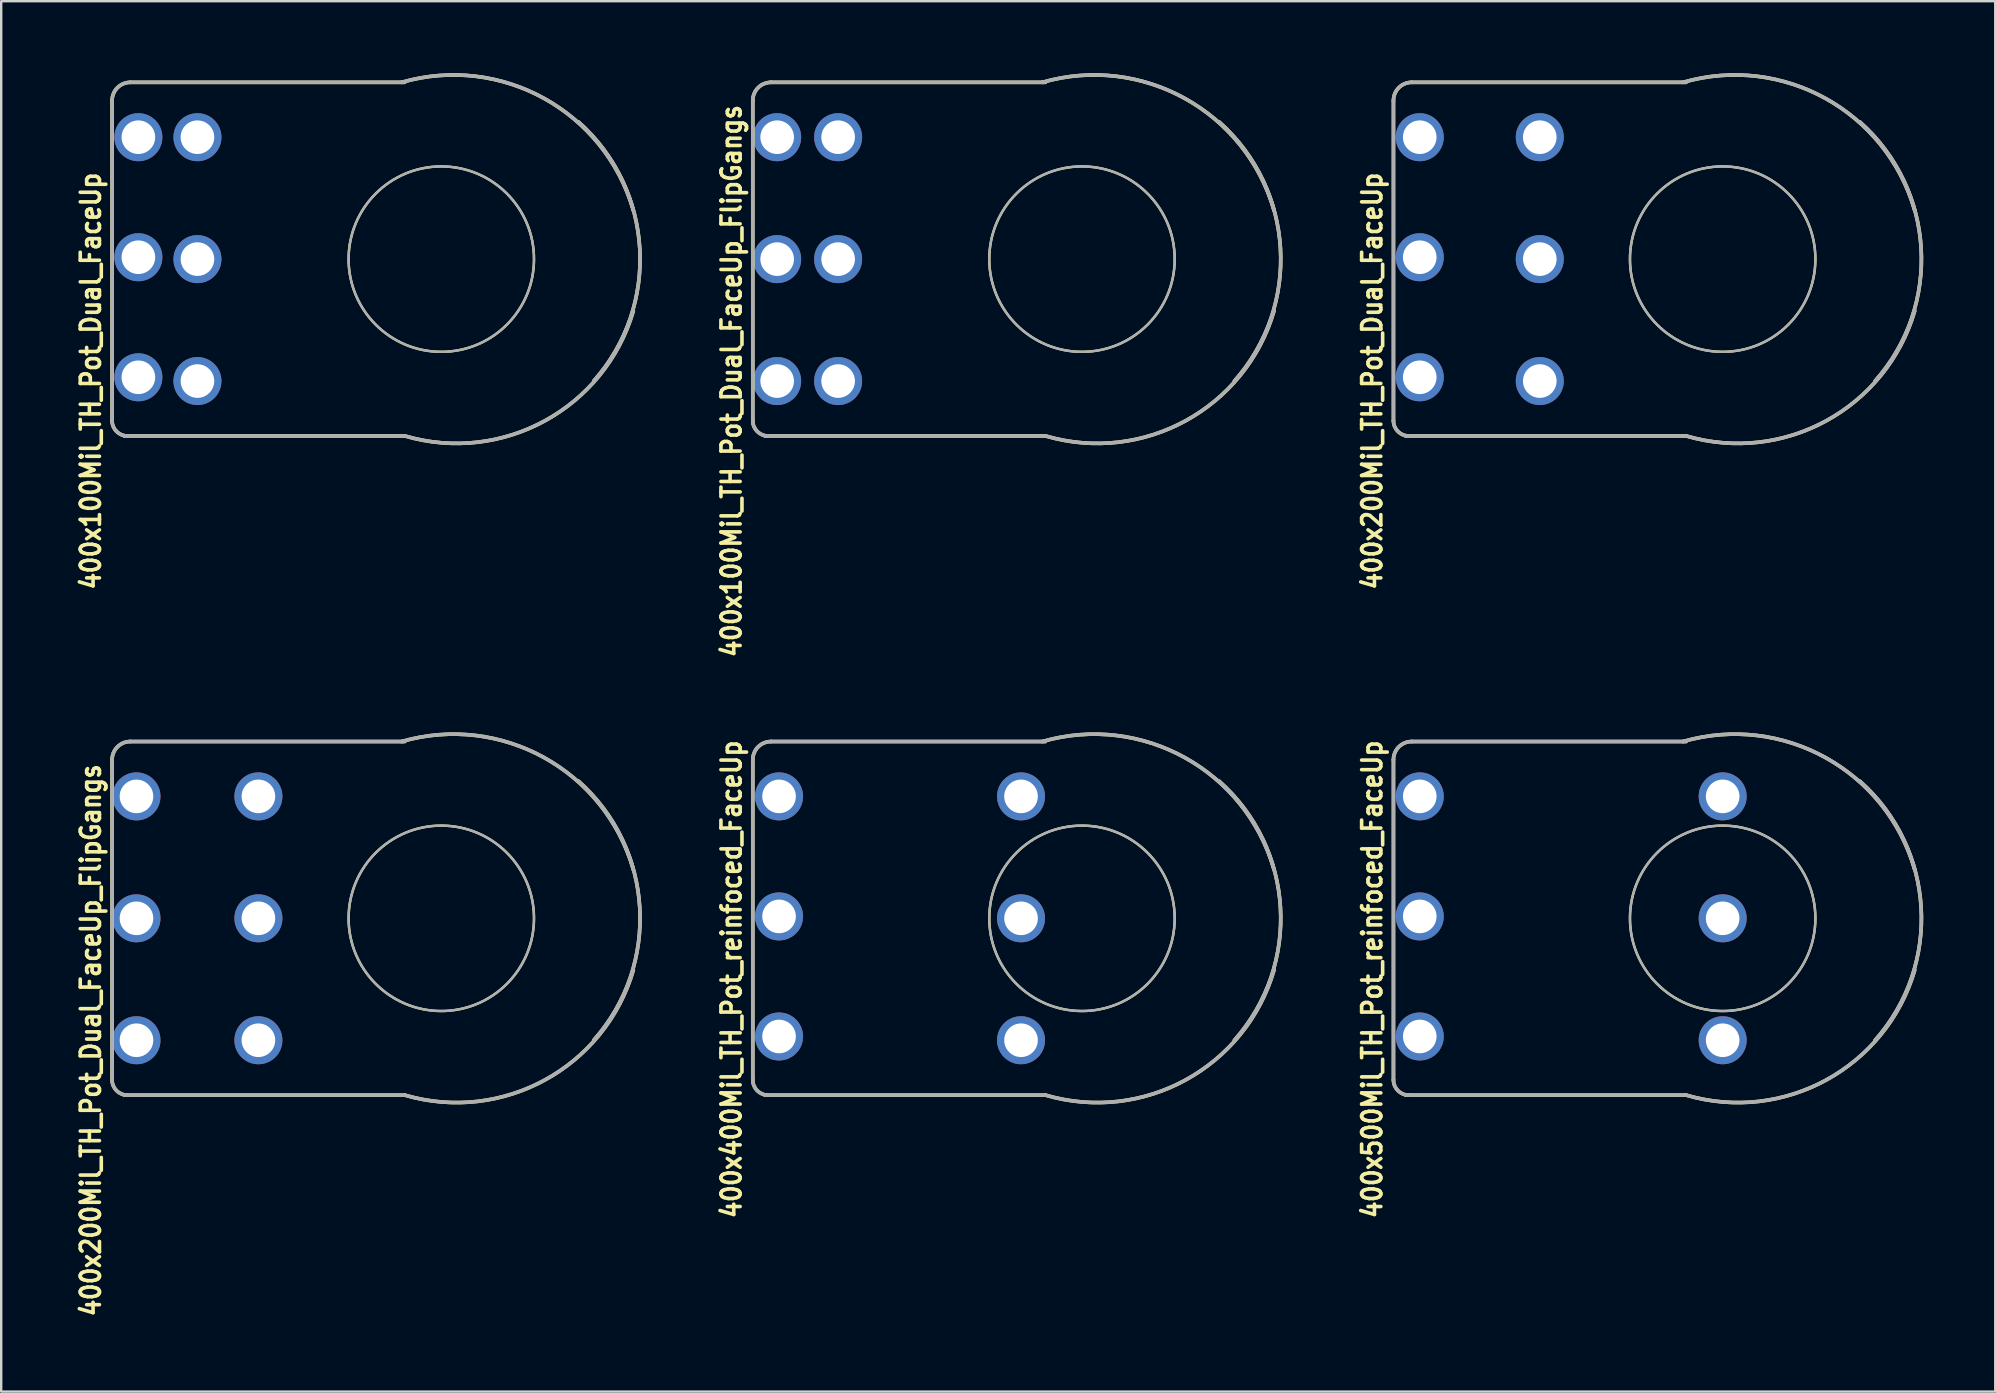
<source format=kicad_pcb>
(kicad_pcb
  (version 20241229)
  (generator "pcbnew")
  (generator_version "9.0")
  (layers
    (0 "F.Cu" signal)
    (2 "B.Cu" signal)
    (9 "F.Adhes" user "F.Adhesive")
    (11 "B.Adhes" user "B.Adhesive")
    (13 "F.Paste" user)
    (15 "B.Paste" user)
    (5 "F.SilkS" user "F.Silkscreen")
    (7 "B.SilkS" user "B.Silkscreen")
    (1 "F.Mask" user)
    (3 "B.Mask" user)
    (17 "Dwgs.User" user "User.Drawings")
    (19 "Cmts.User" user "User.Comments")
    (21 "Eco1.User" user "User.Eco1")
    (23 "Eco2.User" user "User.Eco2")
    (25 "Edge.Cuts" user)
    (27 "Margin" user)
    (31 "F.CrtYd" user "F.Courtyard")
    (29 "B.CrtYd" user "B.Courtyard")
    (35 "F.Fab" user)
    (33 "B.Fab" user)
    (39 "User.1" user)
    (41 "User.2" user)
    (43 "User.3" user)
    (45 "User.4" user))
  (footprint "400x100Mil_TH_Pot_Dual_FaceUp_FlipGangs"
    (layer "F.Cu")
    (at 34.409 7.746)
    (property "Reference" "400x100Mil_TH_Pot_Dual_FaceUp_FlipGangs" (at -6.985 5.08 90) (layer "F.SilkS") (effects (font (size 0.8 0.7) (thickness 0.15))))
    (attr through_hole)
    (fp_line (start -6.096 -6.604) (end -6.096 6.731) (stroke (width 0.15) (type solid)) (layer "F.SilkS"))
    (fp_line (start 6.096 -7.366) (end -5.334 -7.366) (stroke (width 0.15) (type solid)) (layer "F.SilkS"))
    (fp_line (start 6.096 7.366) (end -5.588 7.366) (stroke (width 0.15) (type solid)) (layer "F.SilkS"))
    (fp_arc (start -6.096 -6.604) (mid -5.872815 -7.142815) (end -5.334 -7.366) (stroke (width 0.15) (type solid)) (layer "F.SilkS"))
    (fp_arc (start -5.461 7.366) (mid -5.910013 7.180013) (end -6.096 6.731) (stroke (width 0.15) (type solid)) (layer "F.SilkS"))
    (fp_arc (start 5.969 -7.366) (mid 11.899708 -6.697995) (end 15.621 -2.032) (stroke (width 0.15) (type solid)) (layer "F.SilkS"))
    (fp_arc (start 13.335 -5.715) (mid 15.888218 -0.449013) (end 13.97 5.08) (stroke (width 0.15) (type solid)) (layer "F.SilkS"))
    (fp_arc (start 15.621 2.159) (mid 11.936905 6.735192) (end 6.096 7.366) (stroke (width 0.15) (type solid)) (layer "F.SilkS"))
    (fp_circle (center 7.62 0) (end 11.43 0.635) (stroke (width 0.1) (type solid)) (fill no) (layer "F.SilkS"))
    (fp_line (start -6.096 -6.604) (end -6.096 6.731) (stroke (width 0.15) (type solid)) (layer "F.Fab"))
    (fp_line (start 6.096 -7.366) (end -5.334 -7.366) (stroke (width 0.15) (type solid)) (layer "F.Fab"))
    (fp_line (start 6.096 7.366) (end -5.588 7.366) (stroke (width 0.15) (type solid)) (layer "F.Fab"))
    (fp_arc (start -6.096 -6.604) (mid -5.872815 -7.142815) (end -5.334 -7.366) (stroke (width 0.15) (type solid)) (layer "F.Fab"))
    (fp_arc (start -5.461 7.366) (mid -5.910013 7.180013) (end -6.096 6.731) (stroke (width 0.15) (type solid)) (layer "F.Fab"))
    (fp_arc (start 5.969 -7.366) (mid 11.899708 -6.697995) (end 15.621 -2.032) (stroke (width 0.15) (type solid)) (layer "F.Fab"))
    (fp_arc (start 13.335 -5.715) (mid 15.888218 -0.449013) (end 13.97 5.08) (stroke (width 0.15) (type solid)) (layer "F.Fab"))
    (fp_arc (start 15.621 2.159) (mid 11.936905 6.735192) (end 6.096 7.366) (stroke (width 0.15) (type solid)) (layer "F.Fab"))
    (fp_circle (center 7.62 0) (end 11.43 0.635) (stroke (width 0.1) (type solid)) (fill no) (layer "F.Fab"))
    (pad "1" thru_hole circle (at -2.54 -5.08) (size 2 2) (drill 1.4) (layers "*.Cu" "*.Mask"))
    (pad "2" thru_hole circle (at -2.54 0) (size 2 2) (drill 1.4) (layers "*.Cu" "*.Mask"))
    (pad "3" thru_hole circle (at -2.54 5.08) (size 2 2) (drill 1.4) (layers "*.Cu" "*.Mask"))
    (pad "4" thru_hole circle (at -5.08 -5.08) (size 2 2) (drill 1.4) (layers "*.Cu" "*.Mask"))
    (pad "5" thru_hole circle (at -5.08 0) (size 2 2) (drill 1.4) (layers "*.Cu" "*.Mask"))
    (pad "6" thru_hole circle (at -5.08 5.08) (size 2 2) (drill 1.4) (layers "*.Cu" "*.Mask")))
  (footprint "400x100Mil_TH_Pot_Dual_FaceUp"
    (layer "F.Cu")
    (at 7.716 7.746)
    (property "Reference" "400x100Mil_TH_Pot_Dual_FaceUp" (at -6.985 5.08 90) (layer "F.SilkS") (effects (font (size 0.8 0.7) (thickness 0.15))))
    (attr through_hole)
    (fp_line (start -6.096 -6.604) (end -6.096 6.731) (stroke (width 0.15) (type solid)) (layer "F.SilkS"))
    (fp_line (start 6.096 -7.366) (end -5.334 -7.366) (stroke (width 0.15) (type solid)) (layer "F.SilkS"))
    (fp_line (start 6.096 7.366) (end -5.588 7.366) (stroke (width 0.15) (type solid)) (layer "F.SilkS"))
    (fp_arc (start -6.096 -6.604) (mid -5.872815 -7.142815) (end -5.334 -7.366) (stroke (width 0.15) (type solid)) (layer "F.SilkS"))
    (fp_arc (start -5.461 7.366) (mid -5.910013 7.180013) (end -6.096 6.731) (stroke (width 0.15) (type solid)) (layer "F.SilkS"))
    (fp_arc (start 5.969 -7.366) (mid 11.899708 -6.697995) (end 15.621 -2.032) (stroke (width 0.15) (type solid)) (layer "F.SilkS"))
    (fp_arc (start 13.335 -5.715) (mid 15.888218 -0.449013) (end 13.97 5.08) (stroke (width 0.15) (type solid)) (layer "F.SilkS"))
    (fp_arc (start 15.621 2.159) (mid 11.936905 6.735192) (end 6.096 7.366) (stroke (width 0.15) (type solid)) (layer "F.SilkS"))
    (fp_circle (center 7.62 0) (end 11.43 0.635) (stroke (width 0.1) (type solid)) (fill no) (layer "F.SilkS"))
    (fp_line (start -6.096 -6.604) (end -6.096 6.731) (stroke (width 0.15) (type solid)) (layer "F.Fab"))
    (fp_line (start 6.096 -7.366) (end -5.334 -7.366) (stroke (width 0.15) (type solid)) (layer "F.Fab"))
    (fp_line (start 6.096 7.366) (end -5.588 7.366) (stroke (width 0.15) (type solid)) (layer "F.Fab"))
    (fp_arc (start -6.096 -6.604) (mid -5.872815 -7.142815) (end -5.334 -7.366) (stroke (width 0.15) (type solid)) (layer "F.Fab"))
    (fp_arc (start -5.461 7.366) (mid -5.910013 7.180013) (end -6.096 6.731) (stroke (width 0.15) (type solid)) (layer "F.Fab"))
    (fp_arc (start 5.969 -7.366) (mid 11.899708 -6.697995) (end 15.621 -2.032) (stroke (width 0.15) (type solid)) (layer "F.Fab"))
    (fp_arc (start 13.335 -5.715) (mid 15.888218 -0.449013) (end 13.97 5.08) (stroke (width 0.15) (type solid)) (layer "F.Fab"))
    (fp_arc (start 15.621 2.159) (mid 11.936905 6.735192) (end 6.096 7.366) (stroke (width 0.15) (type solid)) (layer "F.Fab"))
    (fp_circle (center 7.62 0) (end 11.43 0.635) (stroke (width 0.1) (type solid)) (fill no) (layer "F.Fab"))
    (pad "1" thru_hole circle (at -5.001 -5.08) (size 2 2) (drill 1.4) (layers "*.Cu" "*.Mask"))
    (pad "2" thru_hole circle (at -5.001 -0.079) (size 2 2) (drill 1.4) (layers "*.Cu" "*.Mask"))
    (pad "3" thru_hole circle (at -5.001 4.923) (size 2 2) (drill 1.4) (layers "*.Cu" "*.Mask"))
    (pad "4" thru_hole circle (at -2.54 -5.08) (size 2 2) (drill 1.4) (layers "*.Cu" "*.Mask"))
    (pad "5" thru_hole circle (at -2.54 0) (size 2 2) (drill 1.4) (layers "*.Cu" "*.Mask"))
    (pad "6" thru_hole circle (at -2.54 5.08) (size 2 2) (drill 1.4) (layers "*.Cu" "*.Mask")))
  (footprint "400x500Mil_TH_Pot_reinfoced_FaceUp"
    (layer "F.Cu")
    (at 61.102 35.21)
    (property "Reference" "400x500Mil_TH_Pot_reinfoced_FaceUp" (at -6.985 2.54 90) (layer "F.SilkS") (effects (font (size 0.8 0.7) (thickness 0.15))))
    (attr through_hole)
    (fp_line (start -6.096 -6.604) (end -6.096 6.731) (stroke (width 0.15) (type solid)) (layer "F.SilkS"))
    (fp_line (start 6.096 -7.366) (end -5.334 -7.366) (stroke (width 0.15) (type solid)) (layer "F.SilkS"))
    (fp_line (start 6.096 7.366) (end -5.588 7.366) (stroke (width 0.15) (type solid)) (layer "F.SilkS"))
    (fp_arc (start -6.096 -6.604) (mid -5.872815 -7.142815) (end -5.334 -7.366) (stroke (width 0.15) (type solid)) (layer "F.SilkS"))
    (fp_arc (start -5.461 7.366) (mid -5.910013 7.180013) (end -6.096 6.731) (stroke (width 0.15) (type solid)) (layer "F.SilkS"))
    (fp_arc (start 5.969 -7.366) (mid 11.899708 -6.697995) (end 15.621 -2.032) (stroke (width 0.15) (type solid)) (layer "F.SilkS"))
    (fp_arc (start 13.335 -5.715) (mid 15.888218 -0.449013) (end 13.97 5.08) (stroke (width 0.15) (type solid)) (layer "F.SilkS"))
    (fp_arc (start 15.621 2.159) (mid 11.936905 6.735192) (end 6.096 7.366) (stroke (width 0.15) (type solid)) (layer "F.SilkS"))
    (fp_circle (center 7.62 0) (end 11.43 0.635) (stroke (width 0.1) (type solid)) (fill no) (layer "F.SilkS"))
    (fp_line (start -6.096 -6.604) (end -6.096 6.731) (stroke (width 0.15) (type solid)) (layer "F.Fab"))
    (fp_line (start 6.096 -7.366) (end -5.334 -7.366) (stroke (width 0.15) (type solid)) (layer "F.Fab"))
    (fp_line (start 6.096 7.366) (end -5.588 7.366) (stroke (width 0.15) (type solid)) (layer "F.Fab"))
    (fp_arc (start -6.096 -6.604) (mid -5.872815 -7.142815) (end -5.334 -7.366) (stroke (width 0.15) (type solid)) (layer "F.Fab"))
    (fp_arc (start -5.461 7.366) (mid -5.910013 7.180013) (end -6.096 6.731) (stroke (width 0.15) (type solid)) (layer "F.Fab"))
    (fp_arc (start 5.969 -7.366) (mid 11.899708 -6.697995) (end 15.621 -2.032) (stroke (width 0.15) (type solid)) (layer "F.Fab"))
    (fp_arc (start 13.335 -5.715) (mid 15.888218 -0.449013) (end 13.97 5.08) (stroke (width 0.15) (type solid)) (layer "F.Fab"))
    (fp_arc (start 15.621 2.159) (mid 11.936905 6.735192) (end 6.096 7.366) (stroke (width 0.15) (type solid)) (layer "F.Fab"))
    (fp_circle (center 7.62 0) (end 11.43 0.635) (stroke (width 0.1) (type solid)) (fill no) (layer "F.Fab"))
    (pad "" thru_hole circle (at 7.62 -5.08) (size 2 2) (drill 1.4) (layers "*.Cu" "*.Mask"))
    (pad "" thru_hole circle (at 7.62 0) (size 2 2) (drill 1.4) (layers "*.Cu" "*.Mask"))
    (pad "" thru_hole circle (at 7.62 5.08) (size 2 2) (drill 1.4) (layers "*.Cu" "*.Mask"))
    (pad "1" thru_hole circle (at -5.001 -5.08) (size 2 2) (drill 1.4) (layers "*.Cu" "*.Mask"))
    (pad "2" thru_hole circle (at -5.001 -0.079) (size 2 2) (drill 1.4) (layers "*.Cu" "*.Mask"))
    (pad "3" thru_hole circle (at -5.001 4.923) (size 2 2) (drill 1.4) (layers "*.Cu" "*.Mask")))
  (footprint "400x400Mil_TH_Pot_reinfoced_FaceUp"
    (layer "F.Cu")
    (at 34.409 35.21)
    (property "Reference" "400x400Mil_TH_Pot_reinfoced_FaceUp" (at -6.985 2.54 90) (layer "F.SilkS") (effects (font (size 0.8 0.7) (thickness 0.15))))
    (attr through_hole)
    (fp_line (start -6.096 -6.604) (end -6.096 6.731) (stroke (width 0.15) (type solid)) (layer "F.SilkS"))
    (fp_line (start 6.096 -7.366) (end -5.334 -7.366) (stroke (width 0.15) (type solid)) (layer "F.SilkS"))
    (fp_line (start 6.096 7.366) (end -5.588 7.366) (stroke (width 0.15) (type solid)) (layer "F.SilkS"))
    (fp_arc (start -6.096 -6.604) (mid -5.872815 -7.142815) (end -5.334 -7.366) (stroke (width 0.15) (type solid)) (layer "F.SilkS"))
    (fp_arc (start -5.461 7.366) (mid -5.910013 7.180013) (end -6.096 6.731) (stroke (width 0.15) (type solid)) (layer "F.SilkS"))
    (fp_arc (start 5.969 -7.366) (mid 11.899708 -6.697995) (end 15.621 -2.032) (stroke (width 0.15) (type solid)) (layer "F.SilkS"))
    (fp_arc (start 13.335 -5.715) (mid 15.888218 -0.449013) (end 13.97 5.08) (stroke (width 0.15) (type solid)) (layer "F.SilkS"))
    (fp_arc (start 15.621 2.159) (mid 11.936905 6.735192) (end 6.096 7.366) (stroke (width 0.15) (type solid)) (layer "F.SilkS"))
    (fp_circle (center 7.62 0) (end 11.43 0.635) (stroke (width 0.1) (type solid)) (fill no) (layer "F.SilkS"))
    (fp_line (start -6.096 -6.604) (end -6.096 6.731) (stroke (width 0.15) (type solid)) (layer "F.Fab"))
    (fp_line (start 6.096 -7.366) (end -5.334 -7.366) (stroke (width 0.15) (type solid)) (layer "F.Fab"))
    (fp_line (start 6.096 7.366) (end -5.588 7.366) (stroke (width 0.15) (type solid)) (layer "F.Fab"))
    (fp_arc (start -6.096 -6.604) (mid -5.872815 -7.142815) (end -5.334 -7.366) (stroke (width 0.15) (type solid)) (layer "F.Fab"))
    (fp_arc (start -5.461 7.366) (mid -5.910013 7.180013) (end -6.096 6.731) (stroke (width 0.15) (type solid)) (layer "F.Fab"))
    (fp_arc (start 5.969 -7.366) (mid 11.899708 -6.697995) (end 15.621 -2.032) (stroke (width 0.15) (type solid)) (layer "F.Fab"))
    (fp_arc (start 13.335 -5.715) (mid 15.888218 -0.449013) (end 13.97 5.08) (stroke (width 0.15) (type solid)) (layer "F.Fab"))
    (fp_arc (start 15.621 2.159) (mid 11.936905 6.735192) (end 6.096 7.366) (stroke (width 0.15) (type solid)) (layer "F.Fab"))
    (fp_circle (center 7.62 0) (end 11.43 0.635) (stroke (width 0.1) (type solid)) (fill no) (layer "F.Fab"))
    (pad "" thru_hole circle (at 5.08 -5.08) (size 2 2) (drill 1.4) (layers "*.Cu" "*.Mask"))
    (pad "" thru_hole circle (at 5.08 0) (size 2 2) (drill 1.4) (layers "*.Cu" "*.Mask"))
    (pad "" thru_hole circle (at 5.08 5.08) (size 2 2) (drill 1.4) (layers "*.Cu" "*.Mask"))
    (pad "1" thru_hole circle (at -5.001 -5.08) (size 2 2) (drill 1.4) (layers "*.Cu" "*.Mask"))
    (pad "2" thru_hole circle (at -5.001 -0.079) (size 2 2) (drill 1.4) (layers "*.Cu" "*.Mask"))
    (pad "3" thru_hole circle (at -5.001 4.923) (size 2 2) (drill 1.4) (layers "*.Cu" "*.Mask")))
  (footprint "400x200Mil_TH_Pot_Dual_FaceUp_FlipGangs"
    (layer "F.Cu")
    (at 7.716 35.21)
    (property "Reference" "400x200Mil_TH_Pot_Dual_FaceUp_FlipGangs" (at -6.985 5.08 90) (layer "F.SilkS") (effects (font (size 0.8 0.7) (thickness 0.15))))
    (attr through_hole)
    (fp_line (start -6.096 -6.604) (end -6.096 6.731) (stroke (width 0.15) (type solid)) (layer "F.SilkS"))
    (fp_line (start 6.096 -7.366) (end -5.334 -7.366) (stroke (width 0.15) (type solid)) (layer "F.SilkS"))
    (fp_line (start 6.096 7.366) (end -5.588 7.366) (stroke (width 0.15) (type solid)) (layer "F.SilkS"))
    (fp_arc (start -6.096 -6.604) (mid -5.872815 -7.142815) (end -5.334 -7.366) (stroke (width 0.15) (type solid)) (layer "F.SilkS"))
    (fp_arc (start -5.461 7.366) (mid -5.910013 7.180013) (end -6.096 6.731) (stroke (width 0.15) (type solid)) (layer "F.SilkS"))
    (fp_arc (start 5.969 -7.366) (mid 11.899708 -6.697995) (end 15.621 -2.032) (stroke (width 0.15) (type solid)) (layer "F.SilkS"))
    (fp_arc (start 13.335 -5.715) (mid 15.888218 -0.449013) (end 13.97 5.08) (stroke (width 0.15) (type solid)) (layer "F.SilkS"))
    (fp_arc (start 15.621 2.159) (mid 11.936905 6.735192) (end 6.096 7.366) (stroke (width 0.15) (type solid)) (layer "F.SilkS"))
    (fp_circle (center 7.62 0) (end 11.43 0.635) (stroke (width 0.1) (type solid)) (fill no) (layer "F.SilkS"))
    (fp_line (start -6.096 -6.604) (end -6.096 6.731) (stroke (width 0.15) (type solid)) (layer "F.Fab"))
    (fp_line (start 6.096 -7.366) (end -5.334 -7.366) (stroke (width 0.15) (type solid)) (layer "F.Fab"))
    (fp_line (start 6.096 7.366) (end -5.588 7.366) (stroke (width 0.15) (type solid)) (layer "F.Fab"))
    (fp_arc (start -6.096 -6.604) (mid -5.872815 -7.142815) (end -5.334 -7.366) (stroke (width 0.15) (type solid)) (layer "F.Fab"))
    (fp_arc (start -5.461 7.366) (mid -5.910013 7.180013) (end -6.096 6.731) (stroke (width 0.15) (type solid)) (layer "F.Fab"))
    (fp_arc (start 5.969 -7.366) (mid 11.899708 -6.697995) (end 15.621 -2.032) (stroke (width 0.15) (type solid)) (layer "F.Fab"))
    (fp_arc (start 13.335 -5.715) (mid 15.888218 -0.449013) (end 13.97 5.08) (stroke (width 0.15) (type solid)) (layer "F.Fab"))
    (fp_arc (start 15.621 2.159) (mid 11.936905 6.735192) (end 6.096 7.366) (stroke (width 0.15) (type solid)) (layer "F.Fab"))
    (fp_circle (center 7.62 0) (end 11.43 0.635) (stroke (width 0.1) (type solid)) (fill no) (layer "F.Fab"))
    (pad "1" thru_hole circle (at 0 -5.08) (size 2 2) (drill 1.4) (layers "*.Cu" "*.Mask"))
    (pad "2" thru_hole circle (at 0 0) (size 2 2) (drill 1.4) (layers "*.Cu" "*.Mask"))
    (pad "3" thru_hole circle (at 0 5.08) (size 2 2) (drill 1.4) (layers "*.Cu" "*.Mask"))
    (pad "4" thru_hole circle (at -5.08 -5.08) (size 2 2) (drill 1.4) (layers "*.Cu" "*.Mask"))
    (pad "5" thru_hole circle (at -5.08 0) (size 2 2) (drill 1.4) (layers "*.Cu" "*.Mask"))
    (pad "6" thru_hole circle (at -5.08 5.08) (size 2 2) (drill 1.4) (layers "*.Cu" "*.Mask")))
  (footprint "400x200Mil_TH_Pot_Dual_FaceUp"
    (layer "F.Cu")
    (at 61.102 7.746)
    (property "Reference" "400x200Mil_TH_Pot_Dual_FaceUp" (at -6.985 5.08 90) (layer "F.SilkS") (effects (font (size 0.8 0.7) (thickness 0.15))))
    (attr through_hole)
    (fp_line (start -6.096 -6.604) (end -6.096 6.731) (stroke (width 0.15) (type solid)) (layer "F.SilkS"))
    (fp_line (start 6.096 -7.366) (end -5.334 -7.366) (stroke (width 0.15) (type solid)) (layer "F.SilkS"))
    (fp_line (start 6.096 7.366) (end -5.588 7.366) (stroke (width 0.15) (type solid)) (layer "F.SilkS"))
    (fp_arc (start -6.096 -6.604) (mid -5.872815 -7.142815) (end -5.334 -7.366) (stroke (width 0.15) (type solid)) (layer "F.SilkS"))
    (fp_arc (start -5.461 7.366) (mid -5.910013 7.180013) (end -6.096 6.731) (stroke (width 0.15) (type solid)) (layer "F.SilkS"))
    (fp_arc (start 5.969 -7.366) (mid 11.899708 -6.697995) (end 15.621 -2.032) (stroke (width 0.15) (type solid)) (layer "F.SilkS"))
    (fp_arc (start 13.335 -5.715) (mid 15.888218 -0.449013) (end 13.97 5.08) (stroke (width 0.15) (type solid)) (layer "F.SilkS"))
    (fp_arc (start 15.621 2.159) (mid 11.936905 6.735192) (end 6.096 7.366) (stroke (width 0.15) (type solid)) (layer "F.SilkS"))
    (fp_circle (center 7.62 0) (end 11.43 0.635) (stroke (width 0.1) (type solid)) (fill no) (layer "F.SilkS"))
    (fp_line (start -6.096 -6.604) (end -6.096 6.731) (stroke (width 0.15) (type solid)) (layer "F.Fab"))
    (fp_line (start 6.096 -7.366) (end -5.334 -7.366) (stroke (width 0.15) (type solid)) (layer "F.Fab"))
    (fp_line (start 6.096 7.366) (end -5.588 7.366) (stroke (width 0.15) (type solid)) (layer "F.Fab"))
    (fp_arc (start -6.096 -6.604) (mid -5.872815 -7.142815) (end -5.334 -7.366) (stroke (width 0.15) (type solid)) (layer "F.Fab"))
    (fp_arc (start -5.461 7.366) (mid -5.910013 7.180013) (end -6.096 6.731) (stroke (width 0.15) (type solid)) (layer "F.Fab"))
    (fp_arc (start 5.969 -7.366) (mid 11.899708 -6.697995) (end 15.621 -2.032) (stroke (width 0.15) (type solid)) (layer "F.Fab"))
    (fp_arc (start 13.335 -5.715) (mid 15.888218 -0.449013) (end 13.97 5.08) (stroke (width 0.15) (type solid)) (layer "F.Fab"))
    (fp_arc (start 15.621 2.159) (mid 11.936905 6.735192) (end 6.096 7.366) (stroke (width 0.15) (type solid)) (layer "F.Fab"))
    (fp_circle (center 7.62 0) (end 11.43 0.635) (stroke (width 0.1) (type solid)) (fill no) (layer "F.Fab"))
    (pad "1" thru_hole circle (at -5.001 -5.08) (size 2 2) (drill 1.4) (layers "*.Cu" "*.Mask"))
    (pad "2" thru_hole circle (at -5.001 -0.079) (size 2 2) (drill 1.4) (layers "*.Cu" "*.Mask"))
    (pad "3" thru_hole circle (at -5.001 4.923) (size 2 2) (drill 1.4) (layers "*.Cu" "*.Mask"))
    (pad "4" thru_hole circle (at 0 -5.08) (size 2 2) (drill 1.4) (layers "*.Cu" "*.Mask"))
    (pad "5" thru_hole circle (at 0 0) (size 2 2) (drill 1.4) (layers "*.Cu" "*.Mask"))
    (pad "6" thru_hole circle (at 0 5.08) (size 2 2) (drill 1.4) (layers "*.Cu" "*.Mask")))
  (gr_rect
    (start -3 -3)
    (end 80.078 54.928)
    (stroke (width 0.1) (type default))
    (fill no)
    (layer "Edge.Cuts")))
</source>
